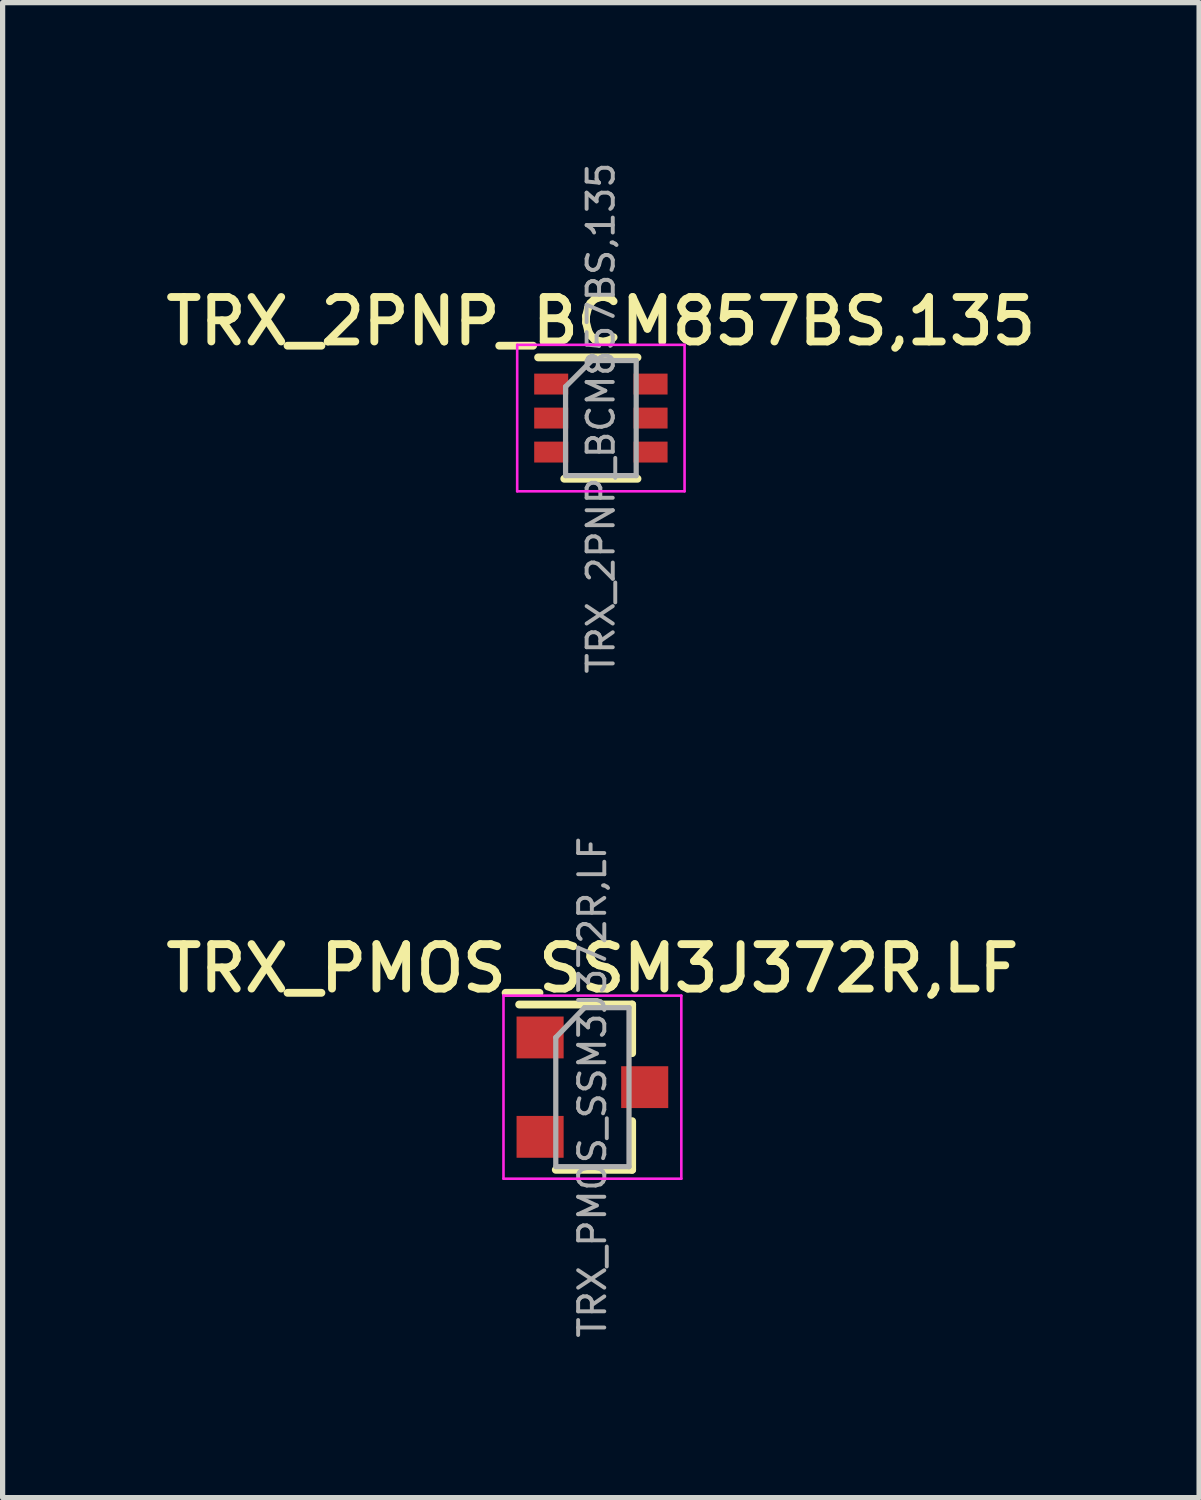
<source format=kicad_pcb>
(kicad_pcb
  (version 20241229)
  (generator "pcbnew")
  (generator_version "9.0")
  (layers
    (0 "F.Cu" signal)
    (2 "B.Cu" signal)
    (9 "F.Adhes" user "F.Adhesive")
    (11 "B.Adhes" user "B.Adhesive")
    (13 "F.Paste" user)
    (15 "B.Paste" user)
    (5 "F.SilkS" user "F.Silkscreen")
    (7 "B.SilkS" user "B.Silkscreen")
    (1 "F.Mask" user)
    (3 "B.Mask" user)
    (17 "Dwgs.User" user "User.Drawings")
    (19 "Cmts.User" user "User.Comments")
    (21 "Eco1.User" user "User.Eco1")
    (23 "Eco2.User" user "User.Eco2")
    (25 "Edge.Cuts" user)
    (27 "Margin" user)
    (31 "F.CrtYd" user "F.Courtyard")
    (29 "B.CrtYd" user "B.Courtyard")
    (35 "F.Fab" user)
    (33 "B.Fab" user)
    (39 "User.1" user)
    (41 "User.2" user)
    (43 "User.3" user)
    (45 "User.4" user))
  (footprint "TRX_PMOS_SSM3J372R,LF"
    (layer "F.Cu")
    (at 8.276 17.735)
    (property "Reference" "TRX_PMOS_SSM3J372R,LF" (at 0 -2.27 0) (layer "F.SilkS") (effects (font (size 0.85 0.85) (thickness 0.15))))
    (attr smd)
    (fp_line (start 0.76 -1.58) (end -1.4 -1.58) (stroke (width 0.15) (type solid)) (layer "F.SilkS"))
    (fp_line (start 0.76 -1.58) (end 0.76 -0.65) (stroke (width 0.15) (type solid)) (layer "F.SilkS"))
    (fp_line (start 0.76 1.58) (end -0.7 1.58) (stroke (width 0.15) (type solid)) (layer "F.SilkS"))
    (fp_line (start 0.76 1.58) (end 0.76 0.65) (stroke (width 0.15) (type solid)) (layer "F.SilkS"))
    (fp_line (start -1.7 -1.75) (end 1.7 -1.75) (stroke (width 0.05) (type solid)) (layer "F.CrtYd"))
    (fp_line (start -1.7 1.75) (end -1.7 -1.75) (stroke (width 0.05) (type solid)) (layer "F.CrtYd"))
    (fp_line (start 1.7 -1.75) (end 1.7 1.75) (stroke (width 0.05) (type solid)) (layer "F.CrtYd"))
    (fp_line (start 1.7 1.75) (end -1.7 1.75) (stroke (width 0.05) (type solid)) (layer "F.CrtYd"))
    (fp_line (start -0.7 -0.95) (end -0.7 1.5) (stroke (width 0.1) (type solid)) (layer "F.Fab"))
    (fp_line (start -0.7 -0.95) (end -0.15 -1.52) (stroke (width 0.1) (type solid)) (layer "F.Fab"))
    (fp_line (start -0.7 1.52) (end 0.7 1.52) (stroke (width 0.1) (type solid)) (layer "F.Fab"))
    (fp_line (start -0.15 -1.52) (end 0.7 -1.52) (stroke (width 0.1) (type solid)) (layer "F.Fab"))
    (fp_line (start 0.7 -1.52) (end 0.7 1.52) (stroke (width 0.1) (type solid)) (layer "F.Fab"))
    (fp_text user "${REFERENCE}" (at 0 0 90) (layer "F.Fab") (effects (font (size 0.5 0.5) (thickness 0.075))))
    (pad "1" smd rect (at -1 -0.95) (size 0.9 0.8) (layers "F.Cu" "F.Mask" "F.Paste"))
    (pad "2" smd rect (at -1 0.95) (size 0.9 0.8) (layers "F.Cu" "F.Mask" "F.Paste"))
    (pad "3" smd rect (at 1 0) (size 0.9 0.8) (layers "F.Cu" "F.Mask" "F.Paste")))
  (footprint "TRX_2PNP_BCM857BS,135"
    (layer "F.Cu")
    (at 8.438 4.943)
    (property "Reference" "TRX_2PNP_BCM857BS,135" (at 0 -1.85 0) (layer "F.SilkS") (effects (font (size 0.85 0.85) (thickness 0.15))))
    (attr smd)
    (fp_line (start -0.7 1.16) (end 0.7 1.16) (stroke (width 0.15) (type solid)) (layer "F.SilkS"))
    (fp_line (start 0.7 -1.16) (end -1.2 -1.16) (stroke (width 0.15) (type solid)) (layer "F.SilkS"))
    (fp_line (start -1.6 -1.4) (end -1.6 1.4) (stroke (width 0.05) (type solid)) (layer "F.CrtYd"))
    (fp_line (start -1.6 -1.4) (end 1.6 -1.4) (stroke (width 0.05) (type solid)) (layer "F.CrtYd"))
    (fp_line (start -1.6 1.4) (end 1.6 1.4) (stroke (width 0.05) (type solid)) (layer "F.CrtYd"))
    (fp_line (start 1.6 1.4) (end 1.6 -1.4) (stroke (width 0.05) (type solid)) (layer "F.CrtYd"))
    (fp_line (start -0.675 -0.6) (end -0.675 1.1) (stroke (width 0.1) (type solid)) (layer "F.Fab"))
    (fp_line (start -0.175 -1.1) (end -0.675 -0.6) (stroke (width 0.1) (type solid)) (layer "F.Fab"))
    (fp_line (start 0.675 -1.1) (end -0.175 -1.1) (stroke (width 0.1) (type solid)) (layer "F.Fab"))
    (fp_line (start 0.675 -1.1) (end 0.675 1.1) (stroke (width 0.1) (type solid)) (layer "F.Fab"))
    (fp_line (start 0.675 1.1) (end -0.675 1.1) (stroke (width 0.1) (type solid)) (layer "F.Fab"))
    (fp_text user "${REFERENCE}" (at 0 0 90) (layer "F.Fab") (effects (font (size 0.5 0.5) (thickness 0.075))))
    (pad "1" smd rect (at -0.95 -0.65) (size 0.65 0.4) (layers "F.Cu" "F.Mask" "F.Paste"))
    (pad "2" smd rect (at -0.95 0) (size 0.65 0.4) (layers "F.Cu" "F.Mask" "F.Paste"))
    (pad "3" smd rect (at -0.95 0.65) (size 0.65 0.4) (layers "F.Cu" "F.Mask" "F.Paste"))
    (pad "4" smd rect (at 0.95 0.65) (size 0.65 0.4) (layers "F.Cu" "F.Mask" "F.Paste"))
    (pad "5" smd rect (at 0.95 0) (size 0.65 0.4) (layers "F.Cu" "F.Mask" "F.Paste"))
    (pad "6" smd rect (at 0.95 -0.65) (size 0.65 0.4) (layers "F.Cu" "F.Mask" "F.Paste")))
  (gr_rect
    (start -3 -3)
    (end 19.875 25.583)
    (stroke (width 0.1) (type default))
    (fill no)
    (layer "Edge.Cuts")))
</source>
